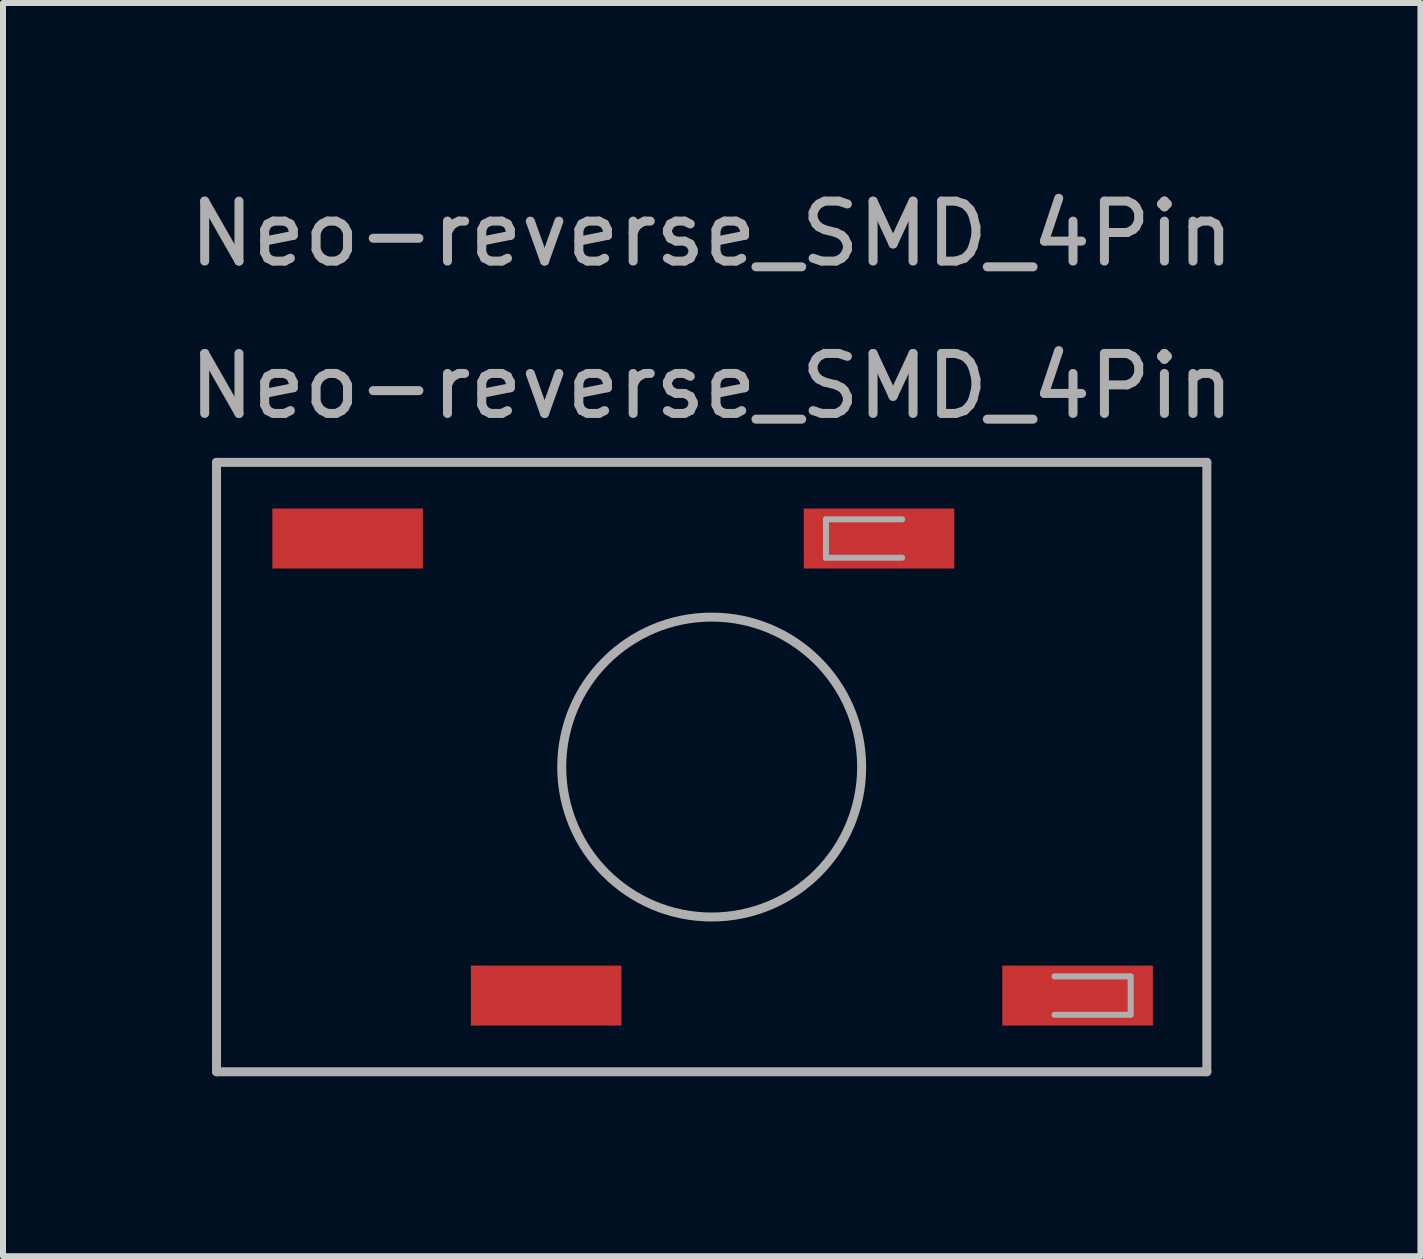
<source format=kicad_pcb>
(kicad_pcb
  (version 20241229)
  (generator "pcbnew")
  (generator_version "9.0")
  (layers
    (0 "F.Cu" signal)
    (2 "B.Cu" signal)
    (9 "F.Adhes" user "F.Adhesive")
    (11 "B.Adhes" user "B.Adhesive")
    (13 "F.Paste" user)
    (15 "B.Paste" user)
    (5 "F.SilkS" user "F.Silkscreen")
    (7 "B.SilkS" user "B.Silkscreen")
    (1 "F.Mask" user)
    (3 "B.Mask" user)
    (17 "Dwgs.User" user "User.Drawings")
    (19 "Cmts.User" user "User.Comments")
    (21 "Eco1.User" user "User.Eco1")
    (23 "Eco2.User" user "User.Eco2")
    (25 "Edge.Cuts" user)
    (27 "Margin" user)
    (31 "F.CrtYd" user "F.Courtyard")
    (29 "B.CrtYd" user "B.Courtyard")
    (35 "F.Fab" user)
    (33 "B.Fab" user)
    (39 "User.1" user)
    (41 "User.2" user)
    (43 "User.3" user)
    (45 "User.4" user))
  (footprint "Neo-reverse_SMD_4Pin"
    (layer "F.Cu")
    (at 8.815 9.738)
    (property "Reference" "Neo-reverse_SMD_4Pin" (at 0 -8.89 0) (layer "F.Fab") (effects (font (size 1 1) (thickness 0.15))))
    (attr smd)
    (fp_line (start 8.255 3.175) (end 8.255 4.38) (stroke (width 0.12) (type solid)) (layer "F.SilkS"))
    (fp_line (start -8.255 -5.08) (end -8.255 5.08) (stroke (width 0.15) (type solid)) (layer "F.Fab"))
    (fp_line (start -8.255 5.08) (end 8.255 5.08) (stroke (width 0.15) (type solid)) (layer "F.Fab"))
    (fp_line (start 1.905 -4.13) (end 1.905 -3.49) (stroke (width 0.1) (type solid)) (layer "F.Fab"))
    (fp_line (start 1.905 -3.49) (end 3.175 -3.49) (stroke (width 0.1) (type solid)) (layer "F.Fab"))
    (fp_line (start 3.175 -4.13) (end 1.905 -4.13) (stroke (width 0.1) (type solid)) (layer "F.Fab"))
    (fp_line (start 5.715 3.49) (end 6.985 3.49) (stroke (width 0.1) (type solid)) (layer "F.Fab"))
    (fp_line (start 6.985 3.49) (end 6.985 4.13) (stroke (width 0.1) (type solid)) (layer "F.Fab"))
    (fp_line (start 6.985 4.13) (end 5.715 4.13) (stroke (width 0.1) (type solid)) (layer "F.Fab"))
    (fp_line (start 8.255 -5.08) (end -8.255 -5.08) (stroke (width 0.15) (type solid)) (layer "F.Fab"))
    (fp_line (start 8.255 5.08) (end 8.255 -5.08) (stroke (width 0.15) (type solid)) (layer "F.Fab"))
    (fp_circle (center 0 0) (end 2.5 0) (stroke (width 0.15) (type solid)) (fill no) (layer "F.Fab"))
    (fp_text user "${REFERENCE}" (at 0 -6.35 180) (layer "F.Fab") (effects (font (size 1 1) (thickness 0.15))))
    (pad "1" smd rect (at -6.07 -3.81) (size 2.51 1) (layers "F.Cu" "F.Mask" "F.Paste"))
    (pad "2" smd rect (at -2.76 3.81) (size 2.51 1) (layers "F.Cu" "F.Mask" "F.Paste"))
    (pad "3" smd rect (at 6.1 3.81) (size 2.51 1) (layers "F.Cu" "F.Mask" "F.Paste"))
    (pad "4" smd rect (at 2.79 -3.81) (size 2.51 1) (layers "F.Cu" "F.Mask" "F.Paste")))
  (gr_rect
    (start -3 -3)
    (end 20.631 17.893)
    (stroke (width 0.1) (type default))
    (fill no)
    (layer "Edge.Cuts")))
</source>
